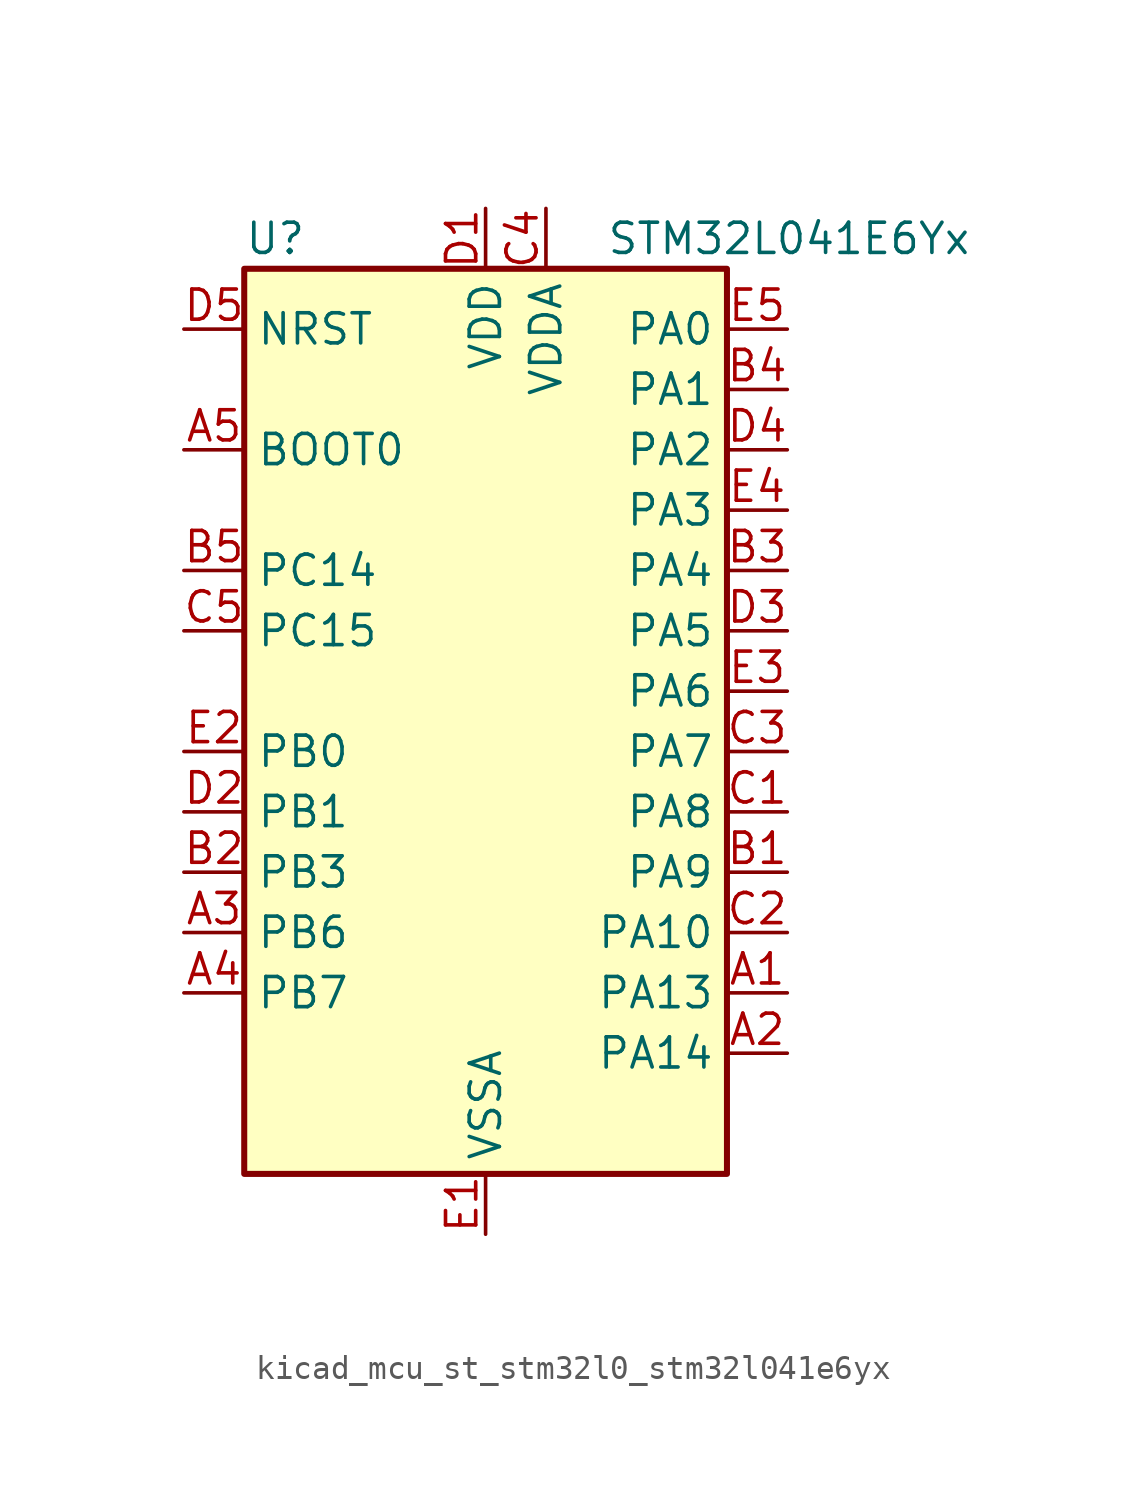
<source format=kicad_sym>
(kicad_symbol_lib
  (version 20220914)
  (generator kicad_symbol_editor)
  (symbol "kicad_mcu_st_stm32l0_stm32l041e6yx"
    (property "Reference" "U"
      (at -10.16 21.59 0)
      (effects (font (size 1.27 1.27)) (justify left)))
    (property "Value" "STM32L041E6Yx"
      (at 5.08 21.59 0)
      (effects (font (size 1.27 1.27)) (justify left)))
    (property "ki_locked" ""
      (at 0 0 0)
      (effects (font (size 1.27 1.27))))
    (symbol "kicad_mcu_st_stm32l0_stm32l041e6yx_0_1"
      (rectangle (start -10.16 -17.78) (end 10.16 20.32) (stroke (width 0.254) (type default)) (fill (type background))))
    (symbol "kicad_mcu_st_stm32l0_stm32l041e6yx_1_1"
      (pin bidirectional line (at 12.7 -10.16 180) (length 2.54) (name "PA13" (effects (font (size 1.27 1.27)))) (number "A1" (effects (font (size 1.27 1.27)))) (alternate "LPTIM1_ETR" bidirectional line) (alternate "LPUART1_RX" bidirectional line) (alternate "SYS_SWDIO" bidirectional line))
      (pin bidirectional line (at 12.7 -12.7 180) (length 2.54) (name "PA14" (effects (font (size 1.27 1.27)))) (number "A2" (effects (font (size 1.27 1.27)))) (alternate "I2C1_SMBA" bidirectional line) (alternate "LPTIM1_OUT" bidirectional line) (alternate "LPUART1_TX" bidirectional line) (alternate "SYS_SWCLK" bidirectional line) (alternate "USART2_TX" bidirectional line))
      (pin bidirectional line (at -12.7 -7.62 0) (length 2.54) (name "PB6" (effects (font (size 1.27 1.27)))) (number "A3" (effects (font (size 1.27 1.27)))) (alternate "COMP2_INP" bidirectional line) (alternate "I2C1_SCL" bidirectional line) (alternate "LPTIM1_ETR" bidirectional line) (alternate "TIM21_CH1" bidirectional line) (alternate "USART2_TX" bidirectional line))
      (pin bidirectional line (at -12.7 -10.16 0) (length 2.54) (name "PB7" (effects (font (size 1.27 1.27)))) (number "A4" (effects (font (size 1.27 1.27)))) (alternate "COMP2_INP" bidirectional line) (alternate "I2C1_SDA" bidirectional line) (alternate "LPTIM1_IN2" bidirectional line) (alternate "SYS_PVD_IN" bidirectional line) (alternate "USART2_RX" bidirectional line))
      (pin input line (at -12.7 12.7 0) (length 2.54) (name "BOOT0" (effects (font (size 1.27 1.27)))) (number "A5" (effects (font (size 1.27 1.27)))))
      (pin bidirectional line (at 12.7 -5.08 180) (length 2.54) (name "PA9" (effects (font (size 1.27 1.27)))) (number "B1" (effects (font (size 1.27 1.27)))) (alternate "I2C1_SCL" bidirectional line) (alternate "RCC_MCO" bidirectional line) (alternate "TIM22_CH1" bidirectional line) (alternate "USART2_TX" bidirectional line))
      (pin bidirectional line (at -12.7 -5.08 0) (length 2.54) (name "PB3" (effects (font (size 1.27 1.27)))) (number "B2" (effects (font (size 1.27 1.27)))) (alternate "COMP2_INM" bidirectional line) (alternate "SPI1_SCK" bidirectional line) (alternate "TIM2_CH2" bidirectional line))
      (pin bidirectional line (at 12.7 7.62 180) (length 2.54) (name "PA4" (effects (font (size 1.27 1.27)))) (number "B3" (effects (font (size 1.27 1.27)))) (alternate "ADC_IN4" bidirectional line) (alternate "COMP1_INM" bidirectional line) (alternate "COMP2_INM" bidirectional line) (alternate "LPTIM1_IN1" bidirectional line) (alternate "SPI1_NSS" bidirectional line) (alternate "TIM22_ETR" bidirectional line) (alternate "USART2_CK" bidirectional line))
      (pin bidirectional line (at 12.7 15.24 180) (length 2.54) (name "PA1" (effects (font (size 1.27 1.27)))) (number "B4" (effects (font (size 1.27 1.27)))) (alternate "ADC_IN1" bidirectional line) (alternate "COMP1_INP" bidirectional line) (alternate "I2C1_SMBA" bidirectional line) (alternate "LPTIM1_IN2" bidirectional line) (alternate "TIM21_ETR" bidirectional line) (alternate "TIM2_CH2" bidirectional line) (alternate "USART2_DE" bidirectional line) (alternate "USART2_RTS" bidirectional line))
      (pin bidirectional line (at -12.7 7.62 0) (length 2.54) (name "PC14" (effects (font (size 1.27 1.27)))) (number "B5" (effects (font (size 1.27 1.27)))) (alternate "RCC_OSC32_IN" bidirectional line))
      (pin bidirectional line (at 12.7 -2.54 180) (length 2.54) (name "PA8" (effects (font (size 1.27 1.27)))) (number "C1" (effects (font (size 1.27 1.27)))) (alternate "LPTIM1_IN1" bidirectional line) (alternate "RCC_MCO" bidirectional line) (alternate "TIM2_CH1" bidirectional line) (alternate "USART2_CK" bidirectional line))
      (pin bidirectional line (at 12.7 -7.62 180) (length 2.54) (name "PA10" (effects (font (size 1.27 1.27)))) (number "C2" (effects (font (size 1.27 1.27)))) (alternate "I2C1_SDA" bidirectional line) (alternate "TIM22_CH2" bidirectional line) (alternate "USART2_RX" bidirectional line))
      (pin bidirectional line (at 12.7 0 180) (length 2.54) (name "PA7" (effects (font (size 1.27 1.27)))) (number "C3" (effects (font (size 1.27 1.27)))) (alternate "ADC_IN7" bidirectional line) (alternate "COMP2_OUT" bidirectional line) (alternate "LPTIM1_OUT" bidirectional line) (alternate "SPI1_MOSI" bidirectional line) (alternate "TIM22_CH2" bidirectional line) (alternate "USART2_CTS" bidirectional line))
      (pin power_in line (at 2.54 22.86 270) (length 2.54) (name "VDDA" (effects (font (size 1.27 1.27)))) (number "C4" (effects (font (size 1.27 1.27)))))
      (pin bidirectional line (at -12.7 5.08 0) (length 2.54) (name "PC15" (effects (font (size 1.27 1.27)))) (number "C5" (effects (font (size 1.27 1.27)))) (alternate "RCC_OSC32_OUT" bidirectional line))
      (pin power_in line (at 0 22.86 270) (length 2.54) (name "VDD" (effects (font (size 1.27 1.27)))) (number "D1" (effects (font (size 1.27 1.27)))))
      (pin bidirectional line (at -12.7 -2.54 0) (length 2.54) (name "PB1" (effects (font (size 1.27 1.27)))) (number "D2" (effects (font (size 1.27 1.27)))) (alternate "ADC_IN9" bidirectional line) (alternate "LPUART1_DE" bidirectional line) (alternate "LPUART1_RTS" bidirectional line) (alternate "SPI1_MOSI" bidirectional line) (alternate "SYS_VREF_OUT_PB1" bidirectional line) (alternate "TIM2_CH4" bidirectional line) (alternate "USART2_CK" bidirectional line))
      (pin bidirectional line (at 12.7 5.08 180) (length 2.54) (name "PA5" (effects (font (size 1.27 1.27)))) (number "D3" (effects (font (size 1.27 1.27)))) (alternate "ADC_IN5" bidirectional line) (alternate "COMP1_INM" bidirectional line) (alternate "COMP2_INM" bidirectional line) (alternate "LPTIM1_IN2" bidirectional line) (alternate "SPI1_SCK" bidirectional line) (alternate "TIM2_CH1" bidirectional line) (alternate "TIM2_ETR" bidirectional line))
      (pin bidirectional line (at 12.7 12.7 180) (length 2.54) (name "PA2" (effects (font (size 1.27 1.27)))) (number "D4" (effects (font (size 1.27 1.27)))) (alternate "ADC_IN2" bidirectional line) (alternate "COMP2_INM" bidirectional line) (alternate "COMP2_OUT" bidirectional line) (alternate "LPUART1_TX" bidirectional line) (alternate "RTC_OUT_ALARM" bidirectional line) (alternate "RTC_OUT_CALIB" bidirectional line) (alternate "RTC_TAMP3" bidirectional line) (alternate "RTC_TS" bidirectional line) (alternate "SYS_WKUP3" bidirectional line) (alternate "TIM21_CH1" bidirectional line) (alternate "TIM2_CH3" bidirectional line) (alternate "USART2_TX" bidirectional line))
      (pin input line (at -12.7 17.78 0) (length 2.54) (name "NRST" (effects (font (size 1.27 1.27)))) (number "D5" (effects (font (size 1.27 1.27)))))
      (pin power_in line (at 0 -20.32 90) (length 2.54) (name "VSSA" (effects (font (size 1.27 1.27)))) (number "E1" (effects (font (size 1.27 1.27)))))
      (pin bidirectional line (at -12.7 0 0) (length 2.54) (name "PB0" (effects (font (size 1.27 1.27)))) (number "E2" (effects (font (size 1.27 1.27)))) (alternate "ADC_IN8" bidirectional line) (alternate "SPI1_MISO" bidirectional line) (alternate "SYS_VREF_OUT_PB0" bidirectional line) (alternate "TIM2_CH3" bidirectional line) (alternate "USART2_DE" bidirectional line) (alternate "USART2_RTS" bidirectional line))
      (pin bidirectional line (at 12.7 2.54 180) (length 2.54) (name "PA6" (effects (font (size 1.27 1.27)))) (number "E3" (effects (font (size 1.27 1.27)))) (alternate "ADC_IN6" bidirectional line) (alternate "COMP1_OUT" bidirectional line) (alternate "LPTIM1_ETR" bidirectional line) (alternate "LPUART1_CTS" bidirectional line) (alternate "SPI1_MISO" bidirectional line) (alternate "TIM22_CH1" bidirectional line))
      (pin bidirectional line (at 12.7 10.16 180) (length 2.54) (name "PA3" (effects (font (size 1.27 1.27)))) (number "E4" (effects (font (size 1.27 1.27)))) (alternate "ADC_IN3" bidirectional line) (alternate "COMP2_INP" bidirectional line) (alternate "LPUART1_RX" bidirectional line) (alternate "TIM21_CH2" bidirectional line) (alternate "TIM2_CH4" bidirectional line) (alternate "USART2_RX" bidirectional line))
      (pin bidirectional line (at 12.7 17.78 180) (length 2.54) (name "PA0" (effects (font (size 1.27 1.27)))) (number "E5" (effects (font (size 1.27 1.27)))) (alternate "ADC_IN0" bidirectional line) (alternate "COMP1_INM" bidirectional line) (alternate "COMP1_OUT" bidirectional line) (alternate "LPTIM1_IN1" bidirectional line) (alternate "RCC_CK_IN" bidirectional line) (alternate "RTC_TAMP2" bidirectional line) (alternate "SYS_WKUP1" bidirectional line) (alternate "TIM2_CH1" bidirectional line) (alternate "TIM2_ETR" bidirectional line) (alternate "USART2_CTS" bidirectional line)))))
</source>
